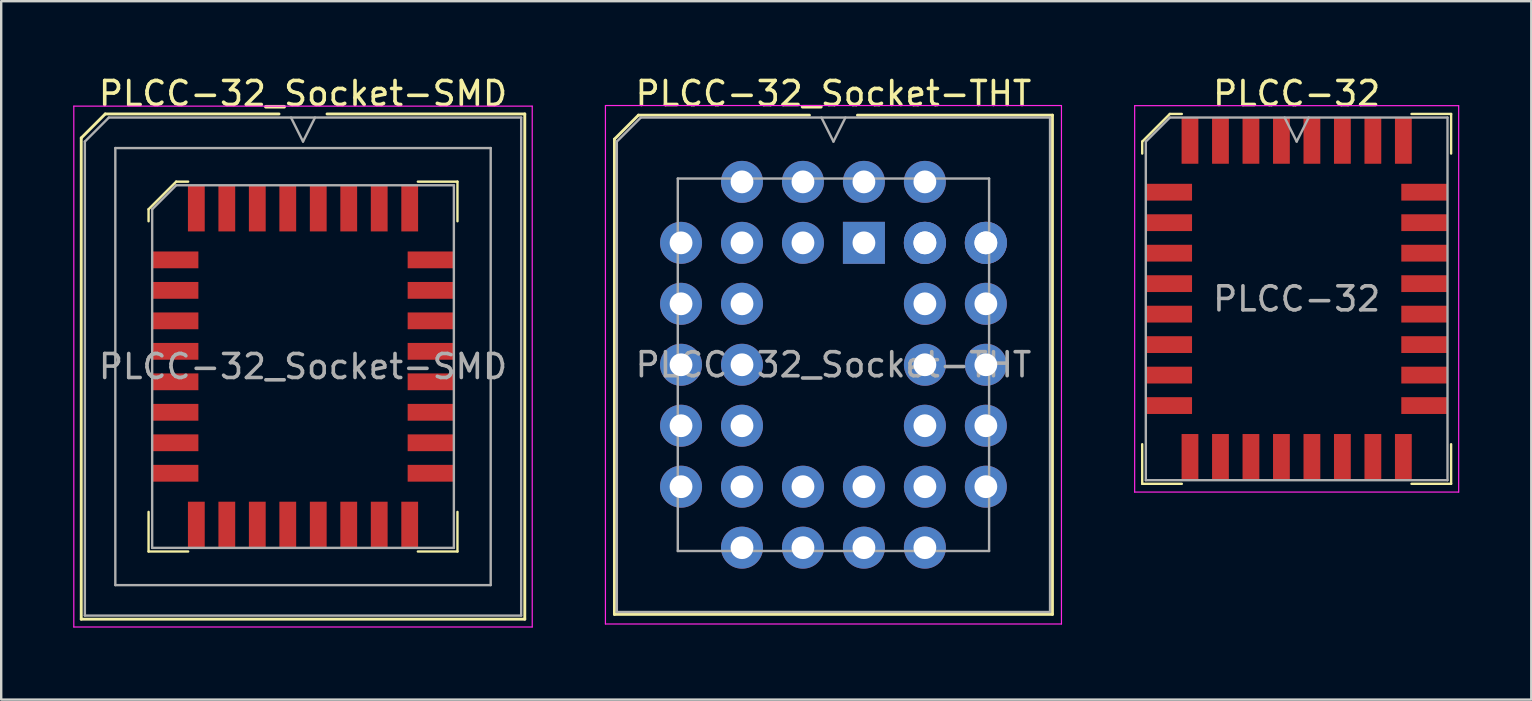
<source format=kicad_pcb>
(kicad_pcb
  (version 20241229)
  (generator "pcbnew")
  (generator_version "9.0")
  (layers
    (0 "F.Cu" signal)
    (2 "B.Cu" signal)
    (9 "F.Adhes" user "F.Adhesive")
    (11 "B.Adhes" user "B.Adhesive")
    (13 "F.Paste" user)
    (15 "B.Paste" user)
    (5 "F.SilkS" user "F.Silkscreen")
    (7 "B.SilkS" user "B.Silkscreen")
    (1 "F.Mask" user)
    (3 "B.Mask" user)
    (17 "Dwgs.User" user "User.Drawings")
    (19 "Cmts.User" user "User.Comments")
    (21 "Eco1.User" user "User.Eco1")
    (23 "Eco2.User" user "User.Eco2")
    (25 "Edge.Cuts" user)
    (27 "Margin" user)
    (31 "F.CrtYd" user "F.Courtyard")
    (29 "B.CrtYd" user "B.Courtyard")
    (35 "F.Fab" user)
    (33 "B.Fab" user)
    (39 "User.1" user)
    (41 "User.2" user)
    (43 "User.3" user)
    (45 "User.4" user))
  (footprint "PLCC-32"
    (layer "F.Cu")
    (at 50.975 9.403)
    (property "Reference" "PLCC-32" (at 0 -8.555 0) (layer "F.SilkS") (effects (font (size 1 1) (thickness 0.15))))
    (attr smd)
    (fp_line (start -6.435 -6.555) (end -6.435 -6.055) (stroke (width 0.1) (type solid)) (layer "F.SilkS"))
    (fp_line (start -6.435 7.705) (end -6.435 6.055) (stroke (width 0.1) (type solid)) (layer "F.SilkS"))
    (fp_line (start -5.285 -7.705) (end -6.435 -6.555) (stroke (width 0.1) (type solid)) (layer "F.SilkS"))
    (fp_line (start -4.785 -7.705) (end -5.285 -7.705) (stroke (width 0.1) (type solid)) (layer "F.SilkS"))
    (fp_line (start -4.785 7.705) (end -6.435 7.705) (stroke (width 0.1) (type solid)) (layer "F.SilkS"))
    (fp_line (start 4.785 -7.705) (end 6.435 -7.705) (stroke (width 0.1) (type solid)) (layer "F.SilkS"))
    (fp_line (start 4.785 7.705) (end 6.435 7.705) (stroke (width 0.1) (type solid)) (layer "F.SilkS"))
    (fp_line (start 6.435 -7.705) (end 6.435 -6.055) (stroke (width 0.1) (type solid)) (layer "F.SilkS"))
    (fp_line (start 6.435 7.705) (end 6.435 6.055) (stroke (width 0.1) (type solid)) (layer "F.SilkS"))
    (fp_line (start -6.75 -8.05) (end -6.75 8.05) (stroke (width 0.05) (type solid)) (layer "F.CrtYd"))
    (fp_line (start -6.75 8.05) (end 6.75 8.05) (stroke (width 0.05) (type solid)) (layer "F.CrtYd"))
    (fp_line (start 6.75 -8.05) (end -6.75 -8.05) (stroke (width 0.05) (type solid)) (layer "F.CrtYd"))
    (fp_line (start 6.75 8.05) (end 6.75 -8.05) (stroke (width 0.05) (type solid)) (layer "F.CrtYd"))
    (fp_line (start -6.285 -6.555) (end -6.285 7.555) (stroke (width 0.1) (type solid)) (layer "F.Fab"))
    (fp_line (start -6.285 7.555) (end 6.285 7.555) (stroke (width 0.1) (type solid)) (layer "F.Fab"))
    (fp_line (start -5.285 -7.555) (end -6.285 -6.555) (stroke (width 0.1) (type solid)) (layer "F.Fab"))
    (fp_line (start -0.5 -7.555) (end 0 -6.555) (stroke (width 0.1) (type solid)) (layer "F.Fab"))
    (fp_line (start 0 -6.555) (end 0.5 -7.555) (stroke (width 0.1) (type solid)) (layer "F.Fab"))
    (fp_line (start 6.285 -7.555) (end -5.285 -7.555) (stroke (width 0.1) (type solid)) (layer "F.Fab"))
    (fp_line (start 6.285 7.555) (end 6.285 -7.555) (stroke (width 0.1) (type solid)) (layer "F.Fab"))
    (fp_text user "${REFERENCE}" (at 0 0 0) (layer "F.Fab") (effects (font (size 1 1) (thickness 0.15))))
    (pad "1" smd rect (at -0.635 -6.593) (size 0.7 1.925) (layers "F.Cu" "F.Mask" "F.Paste"))
    (pad "2" smd rect (at -1.905 -6.593) (size 0.7 1.925) (layers "F.Cu" "F.Mask" "F.Paste"))
    (pad "3" smd rect (at -3.175 -6.593) (size 0.7 1.925) (layers "F.Cu" "F.Mask" "F.Paste"))
    (pad "4" smd rect (at -4.445 -6.593) (size 0.7 1.925) (layers "F.Cu" "F.Mask" "F.Paste"))
    (pad "5" smd rect (at -5.322 -4.445) (size 1.925 0.7) (layers "F.Cu" "F.Mask" "F.Paste"))
    (pad "6" smd rect (at -5.322 -3.175) (size 1.925 0.7) (layers "F.Cu" "F.Mask" "F.Paste"))
    (pad "7" smd rect (at -5.322 -1.905) (size 1.925 0.7) (layers "F.Cu" "F.Mask" "F.Paste"))
    (pad "8" smd rect (at -5.322 -0.635) (size 1.925 0.7) (layers "F.Cu" "F.Mask" "F.Paste"))
    (pad "9" smd rect (at -5.322 0.635) (size 1.925 0.7) (layers "F.Cu" "F.Mask" "F.Paste"))
    (pad "10" smd rect (at -5.322 1.905) (size 1.925 0.7) (layers "F.Cu" "F.Mask" "F.Paste"))
    (pad "11" smd rect (at -5.322 3.175) (size 1.925 0.7) (layers "F.Cu" "F.Mask" "F.Paste"))
    (pad "12" smd rect (at -5.322 4.445) (size 1.925 0.7) (layers "F.Cu" "F.Mask" "F.Paste"))
    (pad "13" smd rect (at -4.445 6.593) (size 0.7 1.925) (layers "F.Cu" "F.Mask" "F.Paste"))
    (pad "14" smd rect (at -3.175 6.593) (size 0.7 1.925) (layers "F.Cu" "F.Mask" "F.Paste"))
    (pad "15" smd rect (at -1.905 6.593) (size 0.7 1.925) (layers "F.Cu" "F.Mask" "F.Paste"))
    (pad "16" smd rect (at -0.635 6.593) (size 0.7 1.925) (layers "F.Cu" "F.Mask" "F.Paste"))
    (pad "17" smd rect (at 0.635 6.593) (size 0.7 1.925) (layers "F.Cu" "F.Mask" "F.Paste"))
    (pad "18" smd rect (at 1.905 6.593) (size 0.7 1.925) (layers "F.Cu" "F.Mask" "F.Paste"))
    (pad "19" smd rect (at 3.175 6.593) (size 0.7 1.925) (layers "F.Cu" "F.Mask" "F.Paste"))
    (pad "20" smd rect (at 4.445 6.593) (size 0.7 1.925) (layers "F.Cu" "F.Mask" "F.Paste"))
    (pad "21" smd rect (at 5.322 4.445) (size 1.925 0.7) (layers "F.Cu" "F.Mask" "F.Paste"))
    (pad "22" smd rect (at 5.322 3.175) (size 1.925 0.7) (layers "F.Cu" "F.Mask" "F.Paste"))
    (pad "23" smd rect (at 5.322 1.905) (size 1.925 0.7) (layers "F.Cu" "F.Mask" "F.Paste"))
    (pad "24" smd rect (at 5.322 0.635) (size 1.925 0.7) (layers "F.Cu" "F.Mask" "F.Paste"))
    (pad "25" smd rect (at 5.322 -0.635) (size 1.925 0.7) (layers "F.Cu" "F.Mask" "F.Paste"))
    (pad "26" smd rect (at 5.322 -1.905) (size 1.925 0.7) (layers "F.Cu" "F.Mask" "F.Paste"))
    (pad "27" smd rect (at 5.322 -3.175) (size 1.925 0.7) (layers "F.Cu" "F.Mask" "F.Paste"))
    (pad "28" smd rect (at 5.322 -4.445) (size 1.925 0.7) (layers "F.Cu" "F.Mask" "F.Paste"))
    (pad "29" smd rect (at 4.445 -6.593) (size 0.7 1.925) (layers "F.Cu" "F.Mask" "F.Paste"))
    (pad "30" smd rect (at 3.175 -6.593) (size 0.7 1.925) (layers "F.Cu" "F.Mask" "F.Paste"))
    (pad "31" smd rect (at 1.905 -6.593) (size 0.7 1.925) (layers "F.Cu" "F.Mask" "F.Paste"))
    (pad "32" smd rect (at 0.635 -6.593) (size 0.7 1.925) (layers "F.Cu" "F.Mask" "F.Paste")))
  (footprint "PLCC-32_Socket-THT"
    (layer "F.Cu")
    (at 32.945 7.068)
    (property "Reference" "PLCC-32_Socket-THT" (at -1.27 -6.22 0) (layer "F.SilkS") (effects (font (size 1 1) (thickness 0.15))))
    (attr through_hole)
    (fp_line (start -10.395 -4.32) (end -10.395 15.48) (stroke (width 0.12) (type solid)) (layer "F.SilkS"))
    (fp_line (start -10.395 15.48) (end 7.855 15.48) (stroke (width 0.12) (type solid)) (layer "F.SilkS"))
    (fp_line (start -9.395 -5.32) (end -10.395 -4.32) (stroke (width 0.12) (type solid)) (layer "F.SilkS"))
    (fp_line (start -2.27 -5.32) (end -9.395 -5.32) (stroke (width 0.12) (type solid)) (layer "F.SilkS"))
    (fp_line (start 7.855 -5.32) (end -0.27 -5.32) (stroke (width 0.12) (type solid)) (layer "F.SilkS"))
    (fp_line (start 7.855 15.48) (end 7.855 -5.32) (stroke (width 0.12) (type solid)) (layer "F.SilkS"))
    (fp_line (start -10.77 -5.72) (end -10.77 15.88) (stroke (width 0.05) (type solid)) (layer "F.CrtYd"))
    (fp_line (start -10.77 15.88) (end 8.23 15.88) (stroke (width 0.05) (type solid)) (layer "F.CrtYd"))
    (fp_line (start 8.23 -5.72) (end -10.77 -5.72) (stroke (width 0.05) (type solid)) (layer "F.CrtYd"))
    (fp_line (start 8.23 15.88) (end 8.23 -5.72) (stroke (width 0.05) (type solid)) (layer "F.CrtYd"))
    (fp_line (start -10.295 -4.22) (end -10.295 15.38) (stroke (width 0.1) (type solid)) (layer "F.Fab"))
    (fp_line (start -10.295 15.38) (end 7.755 15.38) (stroke (width 0.1) (type solid)) (layer "F.Fab"))
    (fp_line (start -9.295 -5.22) (end -10.295 -4.22) (stroke (width 0.1) (type solid)) (layer "F.Fab"))
    (fp_line (start -7.755 -2.68) (end -7.755 12.84) (stroke (width 0.1) (type solid)) (layer "F.Fab"))
    (fp_line (start -7.755 12.84) (end 5.215 12.84) (stroke (width 0.1) (type solid)) (layer "F.Fab"))
    (fp_line (start -1.77 -5.22) (end -1.27 -4.22) (stroke (width 0.1) (type solid)) (layer "F.Fab"))
    (fp_line (start -1.27 -4.22) (end -0.77 -5.22) (stroke (width 0.1) (type solid)) (layer "F.Fab"))
    (fp_line (start 5.215 -2.68) (end -7.755 -2.68) (stroke (width 0.1) (type solid)) (layer "F.Fab"))
    (fp_line (start 5.215 12.84) (end 5.215 -2.68) (stroke (width 0.1) (type solid)) (layer "F.Fab"))
    (fp_line (start 7.755 -5.22) (end -9.295 -5.22) (stroke (width 0.1) (type solid)) (layer "F.Fab"))
    (fp_line (start 7.755 15.38) (end 7.755 -5.22) (stroke (width 0.1) (type solid)) (layer "F.Fab"))
    (fp_text user "${REFERENCE}" (at -1.27 5.08 0) (layer "F.Fab") (effects (font (size 1 1) (thickness 0.15))))
    (pad "1" thru_hole rect (at 0 0) (size 1.75 1.75) (drill 0.95) (layers "*.Cu" "*.Mask"))
    (pad "2" thru_hole circle (at -2.54 -2.54) (size 1.75 1.75) (drill 0.95) (layers "*.Cu" "*.Mask"))
    (pad "3" thru_hole circle (at -2.54 0) (size 1.75 1.75) (drill 0.95) (layers "*.Cu" "*.Mask"))
    (pad "4" thru_hole circle (at -5.08 -2.54) (size 1.75 1.75) (drill 0.95) (layers "*.Cu" "*.Mask"))
    (pad "5" thru_hole circle (at -7.62 0) (size 1.75 1.75) (drill 0.95) (layers "*.Cu" "*.Mask"))
    (pad "6" thru_hole circle (at -5.08 0) (size 1.75 1.75) (drill 0.95) (layers "*.Cu" "*.Mask"))
    (pad "7" thru_hole circle (at -7.62 2.54) (size 1.75 1.75) (drill 0.95) (layers "*.Cu" "*.Mask"))
    (pad "8" thru_hole circle (at -5.08 2.54) (size 1.75 1.75) (drill 0.95) (layers "*.Cu" "*.Mask"))
    (pad "9" thru_hole circle (at -7.62 5.08) (size 1.75 1.75) (drill 0.95) (layers "*.Cu" "*.Mask"))
    (pad "10" thru_hole circle (at -5.08 5.08) (size 1.75 1.75) (drill 0.95) (layers "*.Cu" "*.Mask"))
    (pad "11" thru_hole circle (at -7.62 7.62) (size 1.75 1.75) (drill 0.95) (layers "*.Cu" "*.Mask"))
    (pad "12" thru_hole circle (at -5.08 7.62) (size 1.75 1.75) (drill 0.95) (layers "*.Cu" "*.Mask"))
    (pad "13" thru_hole circle (at -7.62 10.16) (size 1.75 1.75) (drill 0.95) (layers "*.Cu" "*.Mask"))
    (pad "14" thru_hole circle (at -5.08 12.7) (size 1.75 1.75) (drill 0.95) (layers "*.Cu" "*.Mask"))
    (pad "15" thru_hole circle (at -5.08 10.16) (size 1.75 1.75) (drill 0.95) (layers "*.Cu" "*.Mask"))
    (pad "16" thru_hole circle (at -2.54 12.7) (size 1.75 1.75) (drill 0.95) (layers "*.Cu" "*.Mask"))
    (pad "17" thru_hole circle (at -2.54 10.16) (size 1.75 1.75) (drill 0.95) (layers "*.Cu" "*.Mask"))
    (pad "18" thru_hole circle (at 0 12.7) (size 1.75 1.75) (drill 0.95) (layers "*.Cu" "*.Mask"))
    (pad "19" thru_hole circle (at 0 10.16) (size 1.75 1.75) (drill 0.95) (layers "*.Cu" "*.Mask"))
    (pad "20" thru_hole circle (at 2.54 12.7) (size 1.75 1.75) (drill 0.95) (layers "*.Cu" "*.Mask"))
    (pad "21" thru_hole circle (at 2.54 10.16) (size 1.75 1.75) (drill 0.95) (layers "*.Cu" "*.Mask"))
    (pad "21" thru_hole circle (at 5.08 10.16) (size 1.75 1.75) (drill 0.95) (layers "*.Cu" "*.Mask"))
    (pad "22" thru_hole circle (at 2.54 7.62) (size 1.75 1.75) (drill 0.95) (layers "*.Cu" "*.Mask"))
    (pad "23" thru_hole circle (at 5.08 7.62) (size 1.75 1.75) (drill 0.95) (layers "*.Cu" "*.Mask"))
    (pad "24" thru_hole circle (at 2.54 5.08) (size 1.75 1.75) (drill 0.95) (layers "*.Cu" "*.Mask"))
    (pad "25" thru_hole circle (at 5.08 5.08) (size 1.75 1.75) (drill 0.95) (layers "*.Cu" "*.Mask"))
    (pad "26" thru_hole circle (at 2.54 2.54) (size 1.75 1.75) (drill 0.95) (layers "*.Cu" "*.Mask"))
    (pad "27" thru_hole circle (at 5.08 2.54) (size 1.75 1.75) (drill 0.95) (layers "*.Cu" "*.Mask"))
    (pad "28" thru_hole circle (at 2.54 0) (size 1.75 1.75) (drill 0.95) (layers "*.Cu" "*.Mask"))
    (pad "29" thru_hole circle (at 5.08 0) (size 1.75 1.75) (drill 0.95) (layers "*.Cu" "*.Mask"))
    (pad "29" thru_hole circle (at 5.08 0) (size 1.75 1.75) (drill 0.95) (layers "*.Cu" "*.Mask"))
    (pad "30" thru_hole circle (at 2.54 -2.54) (size 1.75 1.75) (drill 0.95) (layers "*.Cu" "*.Mask"))
    (pad "31" thru_hole circle (at 2.54 0) (size 1.75 1.75) (drill 0.95) (layers "*.Cu" "*.Mask"))
    (pad "32" thru_hole circle (at 0 -2.54) (size 1.75 1.75) (drill 0.95) (layers "*.Cu" "*.Mask")))
  (footprint "PLCC-32_Socket-SMD"
    (layer "F.Cu")
    (at 9.575 12.223)
    (property "Reference" "PLCC-32_Socket-SMD" (at 0 -11.375 0) (layer "F.SilkS") (effects (font (size 1 1) (thickness 0.15))))
    (attr smd)
    (fp_line (start -9.24 -9.525) (end -9.24 10.525) (stroke (width 0.12) (type solid)) (layer "F.SilkS"))
    (fp_line (start -9.24 10.525) (end 9.24 10.525) (stroke (width 0.12) (type solid)) (layer "F.SilkS"))
    (fp_line (start -8.24 -10.525) (end -9.24 -9.525) (stroke (width 0.12) (type solid)) (layer "F.SilkS"))
    (fp_line (start -6.435 -6.555) (end -6.435 -6.055) (stroke (width 0.1) (type solid)) (layer "F.SilkS"))
    (fp_line (start -6.435 7.705) (end -6.435 6.055) (stroke (width 0.1) (type solid)) (layer "F.SilkS"))
    (fp_line (start -5.285 -7.705) (end -6.435 -6.555) (stroke (width 0.1) (type solid)) (layer "F.SilkS"))
    (fp_line (start -4.785 -7.705) (end -5.285 -7.705) (stroke (width 0.1) (type solid)) (layer "F.SilkS"))
    (fp_line (start -4.785 7.705) (end -6.435 7.705) (stroke (width 0.1) (type solid)) (layer "F.SilkS"))
    (fp_line (start -1 -10.525) (end -8.24 -10.525) (stroke (width 0.12) (type solid)) (layer "F.SilkS"))
    (fp_line (start 4.785 -7.705) (end 6.435 -7.705) (stroke (width 0.1) (type solid)) (layer "F.SilkS"))
    (fp_line (start 4.785 7.705) (end 6.435 7.705) (stroke (width 0.1) (type solid)) (layer "F.SilkS"))
    (fp_line (start 6.435 -7.705) (end 6.435 -6.055) (stroke (width 0.1) (type solid)) (layer "F.SilkS"))
    (fp_line (start 6.435 7.705) (end 6.435 6.055) (stroke (width 0.1) (type solid)) (layer "F.SilkS"))
    (fp_line (start 9.24 -10.525) (end 1 -10.525) (stroke (width 0.12) (type solid)) (layer "F.SilkS"))
    (fp_line (start 9.24 10.525) (end 9.24 -10.525) (stroke (width 0.12) (type solid)) (layer "F.SilkS"))
    (fp_line (start -9.55 -10.85) (end -9.55 10.85) (stroke (width 0.05) (type solid)) (layer "F.CrtYd"))
    (fp_line (start -9.55 10.85) (end 9.55 10.85) (stroke (width 0.05) (type solid)) (layer "F.CrtYd"))
    (fp_line (start 9.55 -10.85) (end -9.55 -10.85) (stroke (width 0.05) (type solid)) (layer "F.CrtYd"))
    (fp_line (start 9.55 10.85) (end 9.55 -10.85) (stroke (width 0.05) (type solid)) (layer "F.CrtYd"))
    (fp_line (start -9.09 -9.375) (end -9.09 10.375) (stroke (width 0.1) (type solid)) (layer "F.Fab"))
    (fp_line (start -9.09 10.375) (end 9.09 10.375) (stroke (width 0.1) (type solid)) (layer "F.Fab"))
    (fp_line (start -8.09 -10.375) (end -9.09 -9.375) (stroke (width 0.1) (type solid)) (layer "F.Fab"))
    (fp_line (start -7.82 -9.105) (end -7.82 9.105) (stroke (width 0.1) (type solid)) (layer "F.Fab"))
    (fp_line (start -7.82 9.105) (end 7.82 9.105) (stroke (width 0.1) (type solid)) (layer "F.Fab"))
    (fp_line (start -6.285 -6.555) (end -6.285 7.555) (stroke (width 0.1) (type solid)) (layer "F.Fab"))
    (fp_line (start -6.285 7.555) (end 6.285 7.555) (stroke (width 0.1) (type solid)) (layer "F.Fab"))
    (fp_line (start -5.285 -7.555) (end -6.285 -6.555) (stroke (width 0.1) (type solid)) (layer "F.Fab"))
    (fp_line (start -0.5 -10.375) (end 0 -9.375) (stroke (width 0.1) (type solid)) (layer "F.Fab"))
    (fp_line (start 0 -9.375) (end 0.5 -10.375) (stroke (width 0.1) (type solid)) (layer "F.Fab"))
    (fp_line (start 6.285 -7.555) (end -5.285 -7.555) (stroke (width 0.1) (type solid)) (layer "F.Fab"))
    (fp_line (start 6.285 7.555) (end 6.285 -7.555) (stroke (width 0.1) (type solid)) (layer "F.Fab"))
    (fp_line (start 7.82 -9.105) (end -7.82 -9.105) (stroke (width 0.1) (type solid)) (layer "F.Fab"))
    (fp_line (start 7.82 9.105) (end 7.82 -9.105) (stroke (width 0.1) (type solid)) (layer "F.Fab"))
    (fp_line (start 9.09 -10.375) (end -8.09 -10.375) (stroke (width 0.1) (type solid)) (layer "F.Fab"))
    (fp_line (start 9.09 10.375) (end 9.09 -10.375) (stroke (width 0.1) (type solid)) (layer "F.Fab"))
    (fp_text user "${REFERENCE}" (at 0 0 0) (layer "F.Fab") (effects (font (size 1 1) (thickness 0.15))))
    (pad "1" smd rect (at -0.635 -6.593) (size 0.7 1.925) (layers "F.Cu" "F.Mask" "F.Paste"))
    (pad "2" smd rect (at -1.905 -6.593) (size 0.7 1.925) (layers "F.Cu" "F.Mask" "F.Paste"))
    (pad "3" smd rect (at -3.175 -6.593) (size 0.7 1.925) (layers "F.Cu" "F.Mask" "F.Paste"))
    (pad "4" smd rect (at -4.445 -6.593) (size 0.7 1.925) (layers "F.Cu" "F.Mask" "F.Paste"))
    (pad "5" smd rect (at -5.322 -4.445) (size 1.925 0.7) (layers "F.Cu" "F.Mask" "F.Paste"))
    (pad "6" smd rect (at -5.322 -3.175) (size 1.925 0.7) (layers "F.Cu" "F.Mask" "F.Paste"))
    (pad "7" smd rect (at -5.322 -1.905) (size 1.925 0.7) (layers "F.Cu" "F.Mask" "F.Paste"))
    (pad "8" smd rect (at -5.322 -0.635) (size 1.925 0.7) (layers "F.Cu" "F.Mask" "F.Paste"))
    (pad "9" smd rect (at -5.322 0.635) (size 1.925 0.7) (layers "F.Cu" "F.Mask" "F.Paste"))
    (pad "10" smd rect (at -5.322 1.905) (size 1.925 0.7) (layers "F.Cu" "F.Mask" "F.Paste"))
    (pad "11" smd rect (at -5.322 3.175) (size 1.925 0.7) (layers "F.Cu" "F.Mask" "F.Paste"))
    (pad "12" smd rect (at -5.322 4.445) (size 1.925 0.7) (layers "F.Cu" "F.Mask" "F.Paste"))
    (pad "13" smd rect (at -4.445 6.593) (size 0.7 1.925) (layers "F.Cu" "F.Mask" "F.Paste"))
    (pad "14" smd rect (at -3.175 6.593) (size 0.7 1.925) (layers "F.Cu" "F.Mask" "F.Paste"))
    (pad "15" smd rect (at -1.905 6.593) (size 0.7 1.925) (layers "F.Cu" "F.Mask" "F.Paste"))
    (pad "16" smd rect (at -0.635 6.593) (size 0.7 1.925) (layers "F.Cu" "F.Mask" "F.Paste"))
    (pad "17" smd rect (at 0.635 6.593) (size 0.7 1.925) (layers "F.Cu" "F.Mask" "F.Paste"))
    (pad "18" smd rect (at 1.905 6.593) (size 0.7 1.925) (layers "F.Cu" "F.Mask" "F.Paste"))
    (pad "19" smd rect (at 3.175 6.593) (size 0.7 1.925) (layers "F.Cu" "F.Mask" "F.Paste"))
    (pad "20" smd rect (at 4.445 6.593) (size 0.7 1.925) (layers "F.Cu" "F.Mask" "F.Paste"))
    (pad "21" smd rect (at 5.322 4.445) (size 1.925 0.7) (layers "F.Cu" "F.Mask" "F.Paste"))
    (pad "22" smd rect (at 5.322 3.175) (size 1.925 0.7) (layers "F.Cu" "F.Mask" "F.Paste"))
    (pad "23" smd rect (at 5.322 1.905) (size 1.925 0.7) (layers "F.Cu" "F.Mask" "F.Paste"))
    (pad "24" smd rect (at 5.322 0.635) (size 1.925 0.7) (layers "F.Cu" "F.Mask" "F.Paste"))
    (pad "25" smd rect (at 5.322 -0.635) (size 1.925 0.7) (layers "F.Cu" "F.Mask" "F.Paste"))
    (pad "26" smd rect (at 5.322 -1.905) (size 1.925 0.7) (layers "F.Cu" "F.Mask" "F.Paste"))
    (pad "27" smd rect (at 5.322 -3.175) (size 1.925 0.7) (layers "F.Cu" "F.Mask" "F.Paste"))
    (pad "28" smd rect (at 5.322 -4.445) (size 1.925 0.7) (layers "F.Cu" "F.Mask" "F.Paste"))
    (pad "29" smd rect (at 4.445 -6.593) (size 0.7 1.925) (layers "F.Cu" "F.Mask" "F.Paste"))
    (pad "30" smd rect (at 3.175 -6.593) (size 0.7 1.925) (layers "F.Cu" "F.Mask" "F.Paste"))
    (pad "31" smd rect (at 1.905 -6.593) (size 0.7 1.925) (layers "F.Cu" "F.Mask" "F.Paste"))
    (pad "32" smd rect (at 0.635 -6.593) (size 0.7 1.925) (layers "F.Cu" "F.Mask" "F.Paste")))
  (gr_rect
    (start -3 -3)
    (end 60.75 26.098)
    (stroke (width 0.1) (type default))
    (fill no)
    (layer "Edge.Cuts")))
</source>
